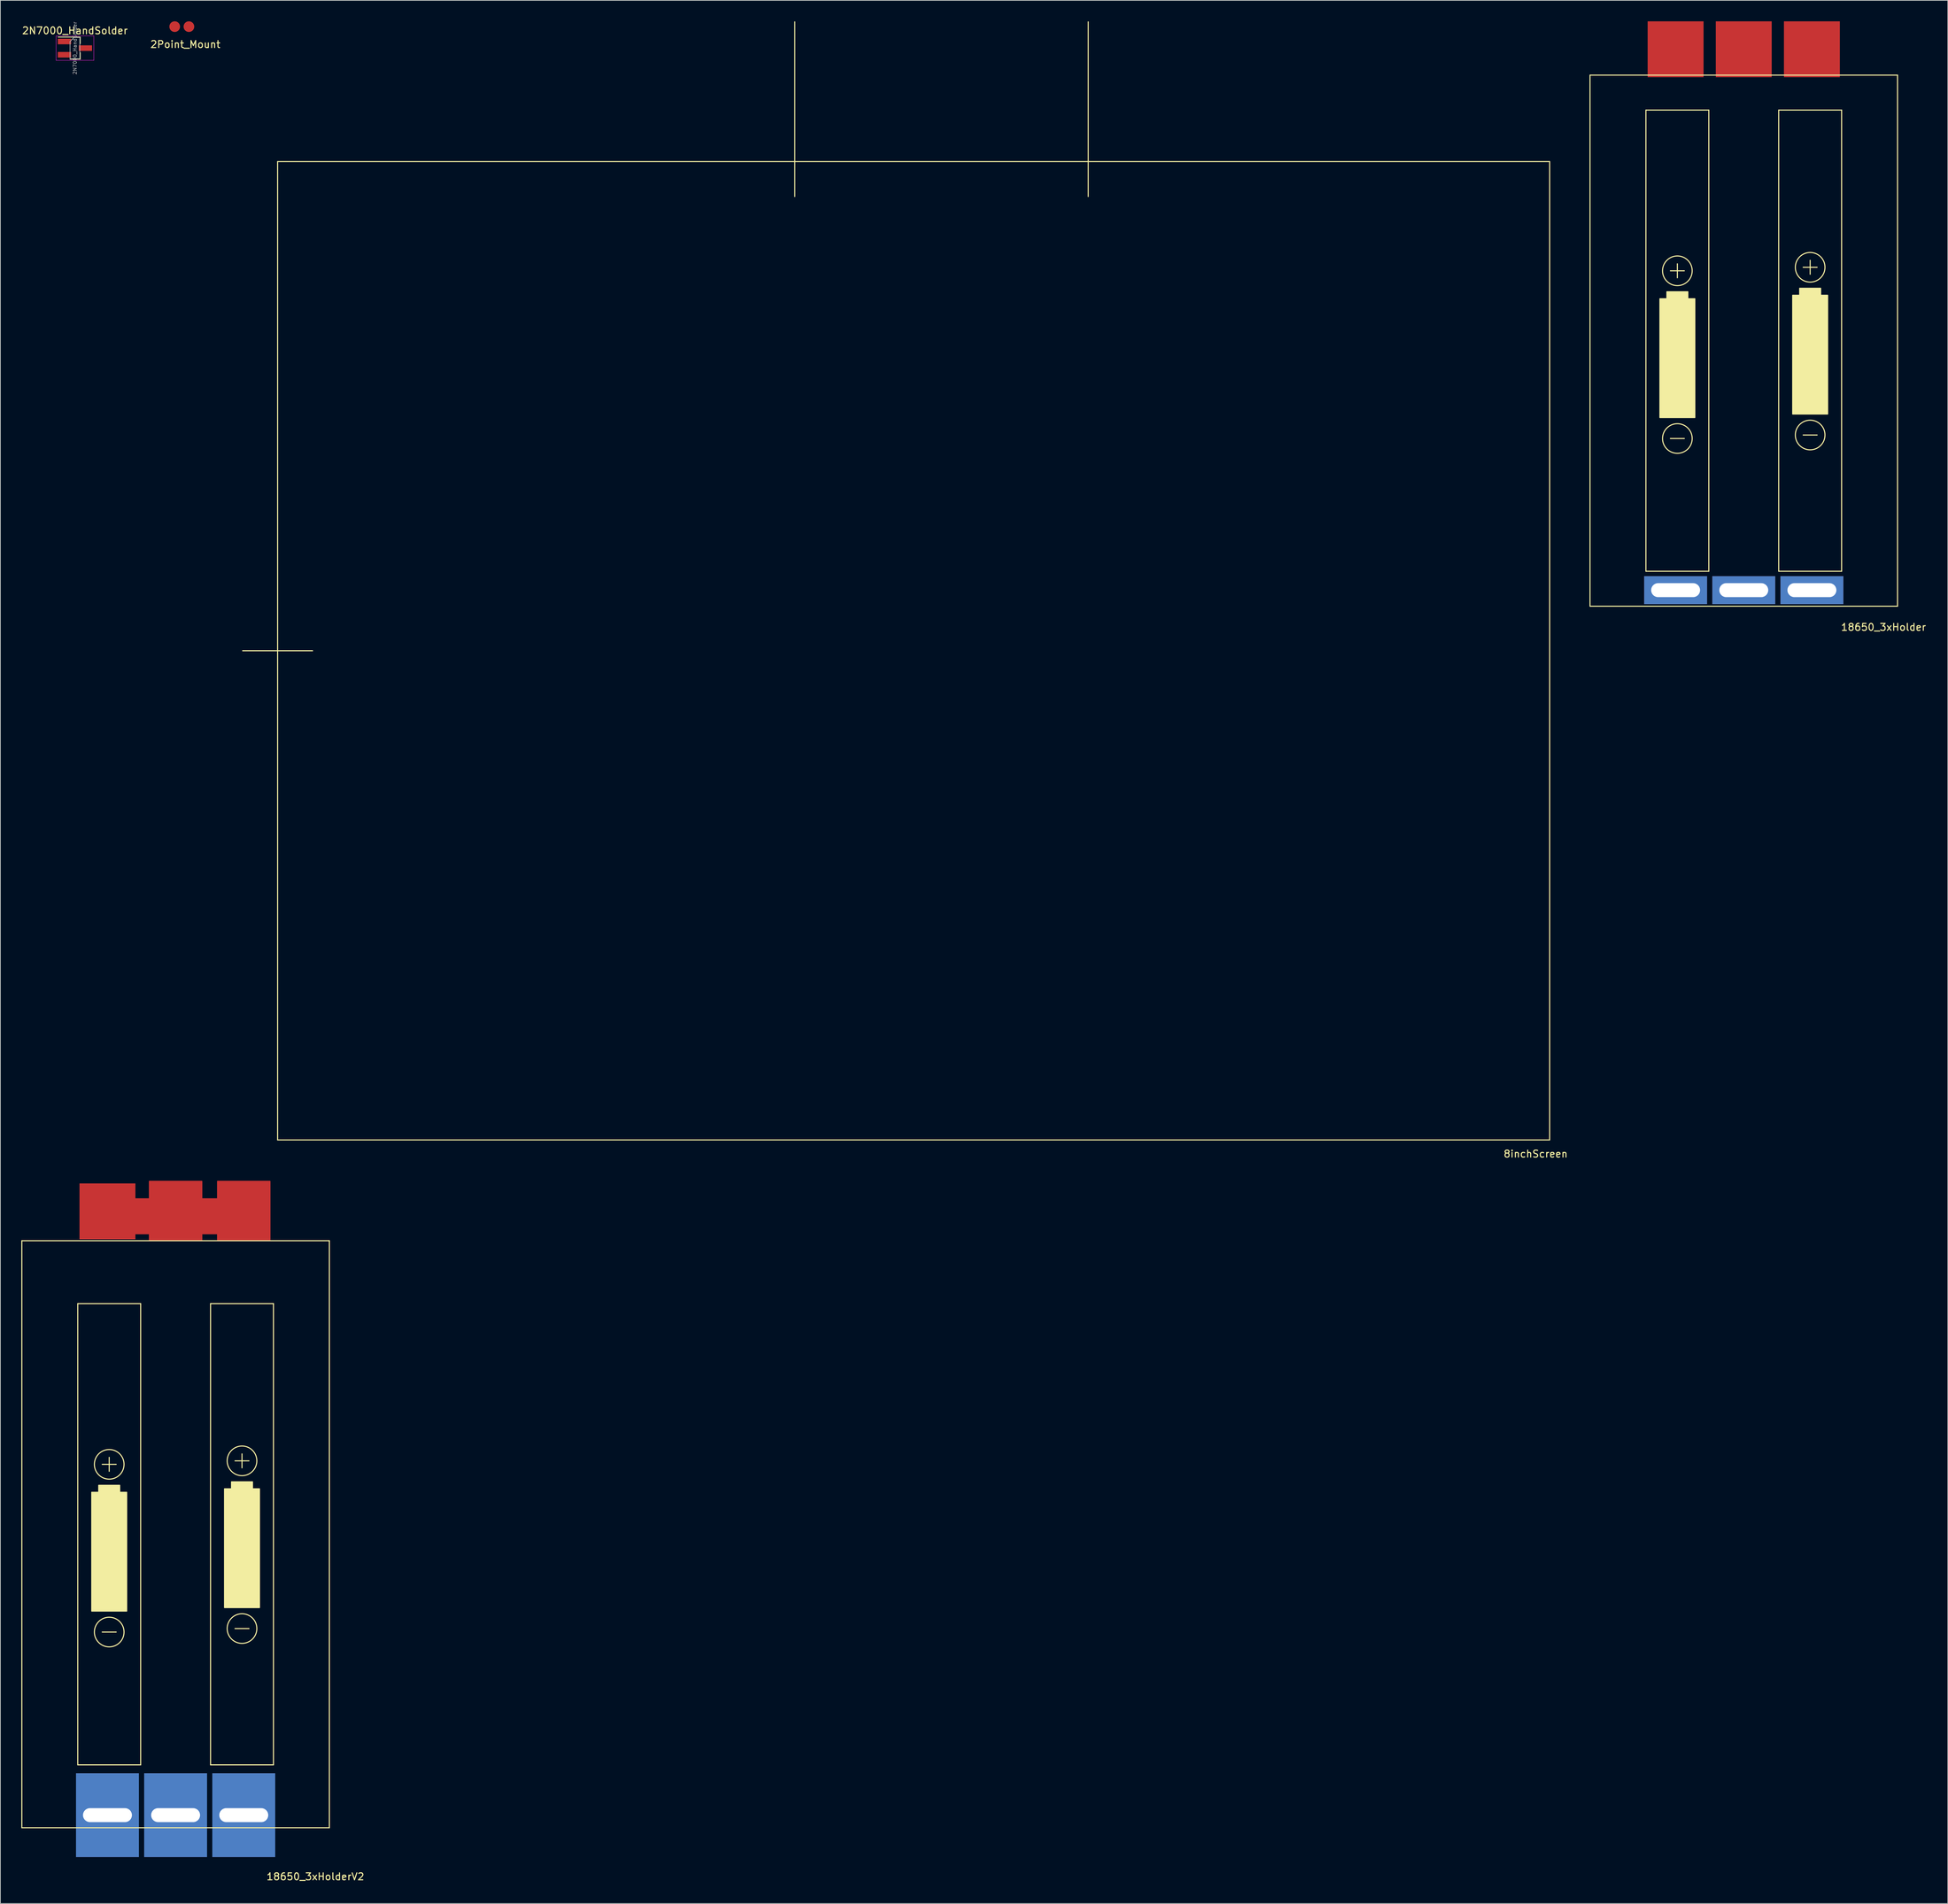
<source format=kicad_pcb>
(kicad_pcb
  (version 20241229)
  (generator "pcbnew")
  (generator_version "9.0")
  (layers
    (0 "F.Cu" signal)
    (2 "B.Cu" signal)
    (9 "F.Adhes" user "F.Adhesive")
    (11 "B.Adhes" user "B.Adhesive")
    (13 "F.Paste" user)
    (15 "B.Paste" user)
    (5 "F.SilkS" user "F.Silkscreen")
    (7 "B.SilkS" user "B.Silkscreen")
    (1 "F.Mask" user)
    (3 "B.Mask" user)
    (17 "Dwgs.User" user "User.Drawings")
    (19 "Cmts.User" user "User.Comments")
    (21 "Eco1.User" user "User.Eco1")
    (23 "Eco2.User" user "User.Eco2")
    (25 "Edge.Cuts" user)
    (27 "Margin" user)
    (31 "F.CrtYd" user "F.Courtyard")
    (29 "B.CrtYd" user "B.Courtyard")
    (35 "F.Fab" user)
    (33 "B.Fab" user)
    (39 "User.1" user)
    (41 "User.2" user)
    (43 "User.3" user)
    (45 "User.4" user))
  (footprint "2N7000_HandSolder"
    (layer "F.Cu")
    (at 7.673 3.836)
    (property "Reference" "2N7000_HandSolder" (at 0 -2.5 0) (layer "F.SilkS") (effects (font (size 1 1) (thickness 0.15))))
    (attr smd)
    (fp_line (start 0.76 -1.58) (end -2.4 -1.58) (stroke (width 0.12) (type solid)) (layer "F.SilkS"))
    (fp_line (start 0.76 -1.58) (end 0.76 -0.65) (stroke (width 0.12) (type solid)) (layer "F.SilkS"))
    (fp_line (start 0.76 1.58) (end -0.7 1.58) (stroke (width 0.12) (type solid)) (layer "F.SilkS"))
    (fp_line (start 0.76 1.58) (end 0.76 0.65) (stroke (width 0.12) (type solid)) (layer "F.SilkS"))
    (fp_line (start -2.7 -1.75) (end 2.7 -1.75) (stroke (width 0.05) (type solid)) (layer "F.CrtYd"))
    (fp_line (start -2.7 1.75) (end -2.7 -1.75) (stroke (width 0.05) (type solid)) (layer "F.CrtYd"))
    (fp_line (start 2.7 -1.75) (end 2.7 1.75) (stroke (width 0.05) (type solid)) (layer "F.CrtYd"))
    (fp_line (start 2.7 1.75) (end -2.7 1.75) (stroke (width 0.05) (type solid)) (layer "F.CrtYd"))
    (fp_line (start -0.7 -0.95) (end -0.7 1.5) (stroke (width 0.1) (type solid)) (layer "F.Fab"))
    (fp_line (start -0.7 -0.95) (end -0.15 -1.52) (stroke (width 0.1) (type solid)) (layer "F.Fab"))
    (fp_line (start -0.7 1.52) (end 0.7 1.52) (stroke (width 0.1) (type solid)) (layer "F.Fab"))
    (fp_line (start -0.15 -1.52) (end 0.7 -1.52) (stroke (width 0.1) (type solid)) (layer "F.Fab"))
    (fp_line (start 0.7 -1.52) (end 0.7 1.52) (stroke (width 0.1) (type solid)) (layer "F.Fab"))
    (fp_text user "${REFERENCE}" (at 0 0 90) (layer "F.Fab") (effects (font (size 0.5 0.5) (thickness 0.075))))
    (pad "1" smd rect (at -1.5 0.95) (size 1.9 0.8) (layers "F.Cu" "F.Mask" "F.Paste"))
    (pad "2" smd rect (at -1.5 -0.95) (size 1.9 0.8) (layers "F.Cu" "F.Mask" "F.Paste"))
    (pad "3" smd rect (at 1.5 0) (size 1.9 0.8) (layers "F.Cu" "F.Mask" "F.Paste")))
  (footprint "18650_3xHolderV2"
    (layer "F.Cu")
    (at 22.075 216.498)
    (property "Reference" "18650_3xHolderV2" (at 20 49 0) (layer "F.SilkS") (effects (font (size 1 1) (thickness 0.15))))
    (attr through_hole)
    (fp_line (start -22 -42) (end 22 -42) (stroke (width 0.15) (type solid)) (layer "F.SilkS"))
    (fp_line (start -22 42) (end -22 -42) (stroke (width 0.15) (type solid)) (layer "F.SilkS"))
    (fp_line (start -14 -33) (end -5 -33) (stroke (width 0.15) (type solid)) (layer "F.SilkS"))
    (fp_line (start -14 33) (end -14 -33) (stroke (width 0.15) (type solid)) (layer "F.SilkS"))
    (fp_line (start -10.5 -10) (end -8.5 -10) (stroke (width 0.15) (type solid)) (layer "F.SilkS"))
    (fp_line (start -10.5 14) (end -8.5 14) (stroke (width 0.15) (type solid)) (layer "F.SilkS"))
    (fp_line (start -9.5 -11) (end -9.5 -9) (stroke (width 0.15) (type solid)) (layer "F.SilkS"))
    (fp_line (start -5 -33) (end -5 33) (stroke (width 0.15) (type solid)) (layer "F.SilkS"))
    (fp_line (start -5 33) (end -14 33) (stroke (width 0.15) (type solid)) (layer "F.SilkS"))
    (fp_line (start 5 -33) (end 14 -33) (stroke (width 0.15) (type solid)) (layer "F.SilkS"))
    (fp_line (start 5 33) (end 5 -33) (stroke (width 0.15) (type solid)) (layer "F.SilkS"))
    (fp_line (start 8.5 -10.5) (end 10.5 -10.5) (stroke (width 0.15) (type solid)) (layer "F.SilkS"))
    (fp_line (start 8.5 13.5) (end 10.5 13.5) (stroke (width 0.15) (type solid)) (layer "F.SilkS"))
    (fp_line (start 9.5 -11.5) (end 9.5 -9.5) (stroke (width 0.15) (type solid)) (layer "F.SilkS"))
    (fp_line (start 14 -33) (end 14 33) (stroke (width 0.15) (type solid)) (layer "F.SilkS"))
    (fp_line (start 14 33) (end 5 33) (stroke (width 0.15) (type solid)) (layer "F.SilkS"))
    (fp_line (start 22 -42) (end 22 42) (stroke (width 0.15) (type solid)) (layer "F.SilkS"))
    (fp_line (start 22 42) (end -22 42) (stroke (width 0.15) (type solid)) (layer "F.SilkS"))
    (fp_circle (center -9.5 -10) (end -8 -8.5) (stroke (width 0.15) (type solid)) (fill no) (layer "F.SilkS"))
    (fp_circle (center -9.5 14) (end -8 15.5) (stroke (width 0.15) (type solid)) (fill no) (layer "F.SilkS"))
    (fp_circle (center 9.5 -10.5) (end 11 -9) (stroke (width 0.15) (type solid)) (fill no) (layer "F.SilkS"))
    (fp_circle (center 9.5 13.5) (end 11 15) (stroke (width 0.15) (type solid)) (fill no) (layer "F.SilkS"))
    (fp_poly (pts (xy -12 11) (xy -7 11) (xy -7 -6) (xy -8 -6) (xy -8 -7) (xy -11 -7) (xy -11 -6) (xy -12 -6)) (stroke (width 0.15) (type solid)) (fill yes) (layer "F.SilkS"))
    (fp_poly (pts (xy 7 10.5) (xy 12 10.5) (xy 12 -6.5) (xy 11 -6.5) (xy 11 -7.5) (xy 8 -7.5) (xy 8 -6.5) (xy 7 -6.5)) (stroke (width 0.15) (type solid)) (fill yes) (layer "F.SilkS"))
    (pad "1" smd custom (at -9.75 -46.2) (size 8 8) (layers "F.Cu" "F.Mask" "F.Paste") (options (anchor rect)) (primitives (gr_poly (pts (xy -2.25 -1.8) (xy 21.75 -1.8) (xy 21.75 3.2) (xy -2.25 3.2)) (width 0.15) (fill yes)) (gr_poly (pts (xy 6 -4.3) (xy 13.5 -4.3) (xy 13.5 4.2) (xy 6 4.2)) (width 0.15) (fill yes)) (gr_poly (pts (xy 15.75 -4.3) (xy 23.25 -4.3) (xy 23.25 4.2) (xy 15.75 4.2)) (width 0.15) (fill yes))))
    (pad "2" thru_hole rect (at -9.75 40.2) (size 9 12) (drill oval 7 2) (layers "*.Cu" "*.Mask"))
    (pad "2" thru_hole rect (at 0 40.2) (size 9 12) (drill oval 7 2) (layers "*.Cu" "*.Mask"))
    (pad "2" thru_hole rect (at 9.75 40.2) (size 9 12) (drill oval 7 2) (layers "*.Cu" "*.Mask")))
  (footprint "2Point_Mount"
    (layer "F.Cu")
    (at 22.962 0.762)
    (property "Reference" "2Point_Mount" (at 0.508 2.54 0) (layer "F.SilkS") (effects (font (size 1 1) (thickness 0.15))))
    (attr through_hole)
    (pad "1" smd circle (at -1.016 0) (size 1.524 1.524) (layers "F.Cu" "F.Mask" "F.Paste"))
    (pad "2" smd circle (at 1.016 0) (size 1.524 1.524) (layers "F.Cu" "F.Mask" "F.Paste")))
  (footprint "18650_3xHolder"
    (layer "F.Cu")
    (at 246.442 45.7)
    (property "Reference" "18650_3xHolder" (at 20 41 0) (layer "F.SilkS") (effects (font (size 1 1) (thickness 0.15))))
    (attr through_hole)
    (fp_line (start -22 -38) (end 22 -38) (stroke (width 0.15) (type solid)) (layer "F.SilkS"))
    (fp_line (start -22 38) (end -22 -38) (stroke (width 0.15) (type solid)) (layer "F.SilkS"))
    (fp_line (start -14 -33) (end -5 -33) (stroke (width 0.15) (type solid)) (layer "F.SilkS"))
    (fp_line (start -14 33) (end -14 -33) (stroke (width 0.15) (type solid)) (layer "F.SilkS"))
    (fp_line (start -10.5 -10) (end -8.5 -10) (stroke (width 0.15) (type solid)) (layer "F.SilkS"))
    (fp_line (start -10.5 14) (end -8.5 14) (stroke (width 0.15) (type solid)) (layer "F.SilkS"))
    (fp_line (start -9.5 -11) (end -9.5 -9) (stroke (width 0.15) (type solid)) (layer "F.SilkS"))
    (fp_line (start -5 -33) (end -5 33) (stroke (width 0.15) (type solid)) (layer "F.SilkS"))
    (fp_line (start -5 33) (end -14 33) (stroke (width 0.15) (type solid)) (layer "F.SilkS"))
    (fp_line (start 5 -33) (end 14 -33) (stroke (width 0.15) (type solid)) (layer "F.SilkS"))
    (fp_line (start 5 33) (end 5 -33) (stroke (width 0.15) (type solid)) (layer "F.SilkS"))
    (fp_line (start 8.5 -10.5) (end 10.5 -10.5) (stroke (width 0.15) (type solid)) (layer "F.SilkS"))
    (fp_line (start 8.5 13.5) (end 10.5 13.5) (stroke (width 0.15) (type solid)) (layer "F.SilkS"))
    (fp_line (start 9.5 -11.5) (end 9.5 -9.5) (stroke (width 0.15) (type solid)) (layer "F.SilkS"))
    (fp_line (start 14 -33) (end 14 33) (stroke (width 0.15) (type solid)) (layer "F.SilkS"))
    (fp_line (start 14 33) (end 5 33) (stroke (width 0.15) (type solid)) (layer "F.SilkS"))
    (fp_line (start 22 -38) (end 22 38) (stroke (width 0.15) (type solid)) (layer "F.SilkS"))
    (fp_line (start 22 38) (end -22 38) (stroke (width 0.15) (type solid)) (layer "F.SilkS"))
    (fp_circle (center -9.5 -10) (end -8 -8.5) (stroke (width 0.15) (type solid)) (fill no) (layer "F.SilkS"))
    (fp_circle (center -9.5 14) (end -8 15.5) (stroke (width 0.15) (type solid)) (fill no) (layer "F.SilkS"))
    (fp_circle (center 9.5 -10.5) (end 11 -9) (stroke (width 0.15) (type solid)) (fill no) (layer "F.SilkS"))
    (fp_circle (center 9.5 13.5) (end 11 15) (stroke (width 0.15) (type solid)) (fill no) (layer "F.SilkS"))
    (fp_poly (pts (xy -12 11) (xy -7 11) (xy -7 -6) (xy -8 -6) (xy -8 -7) (xy -11 -7) (xy -11 -6) (xy -12 -6)) (stroke (width 0.15) (type solid)) (fill yes) (layer "F.SilkS"))
    (fp_poly (pts (xy 7 10.5) (xy 12 10.5) (xy 12 -6.5) (xy 11 -6.5) (xy 11 -7.5) (xy 8 -7.5) (xy 8 -6.5) (xy 7 -6.5)) (stroke (width 0.15) (type solid)) (fill yes) (layer "F.SilkS"))
    (pad "1" smd rect (at -9.75 -41.7) (size 8 8) (layers "F.Cu" "F.Mask" "F.Paste"))
    (pad "1" smd rect (at 0 -41.7) (size 8 8) (layers "F.Cu" "F.Mask" "F.Paste"))
    (pad "1" smd rect (at 9.75 -41.7) (size 8 8) (layers "F.Cu" "F.Mask" "F.Paste"))
    (pad "2" thru_hole rect (at -9.75 35.7) (size 9 4) (drill oval 7 2) (layers "*.Cu" "*.Mask"))
    (pad "2" thru_hole rect (at 0 35.7) (size 9 4) (drill oval 7 2) (layers "*.Cu" "*.Mask"))
    (pad "2" thru_hole rect (at 9.75 35.7) (size 9 4) (drill oval 7 2) (layers "*.Cu" "*.Mask")))
  (footprint "8inchScreen"
    (layer "F.Cu")
    (at 127.67 90.075)
    (property "Reference" "8inchScreen" (at 89 72 0) (layer "F.SilkS") (effects (font (size 1 1) (thickness 0.15))))
    (attr through_hole)
    (fp_line (start -91 -70) (end 91 -70) (stroke (width 0.15) (type solid)) (layer "F.SilkS"))
    (fp_line (start -91 70) (end -91 -70) (stroke (width 0.15) (type solid)) (layer "F.SilkS"))
    (fp_line (start -86 0) (end -96 0) (stroke (width 0.15) (type solid)) (layer "F.SilkS"))
    (fp_line (start -17 -65) (end -17 -90) (stroke (width 0.15) (type solid)) (layer "F.SilkS"))
    (fp_line (start 25 -65) (end 25 -90) (stroke (width 0.15) (type solid)) (layer "F.SilkS"))
    (fp_line (start 91 -70) (end 91 70) (stroke (width 0.15) (type solid)) (layer "F.SilkS"))
    (fp_line (start 91 70) (end -91 70) (stroke (width 0.15) (type solid)) (layer "F.SilkS")))
  (gr_rect
    (start -3 -3)
    (end 275.638 269.346)
    (stroke (width 0.1) (type default))
    (fill no)
    (layer "Edge.Cuts")))
</source>
